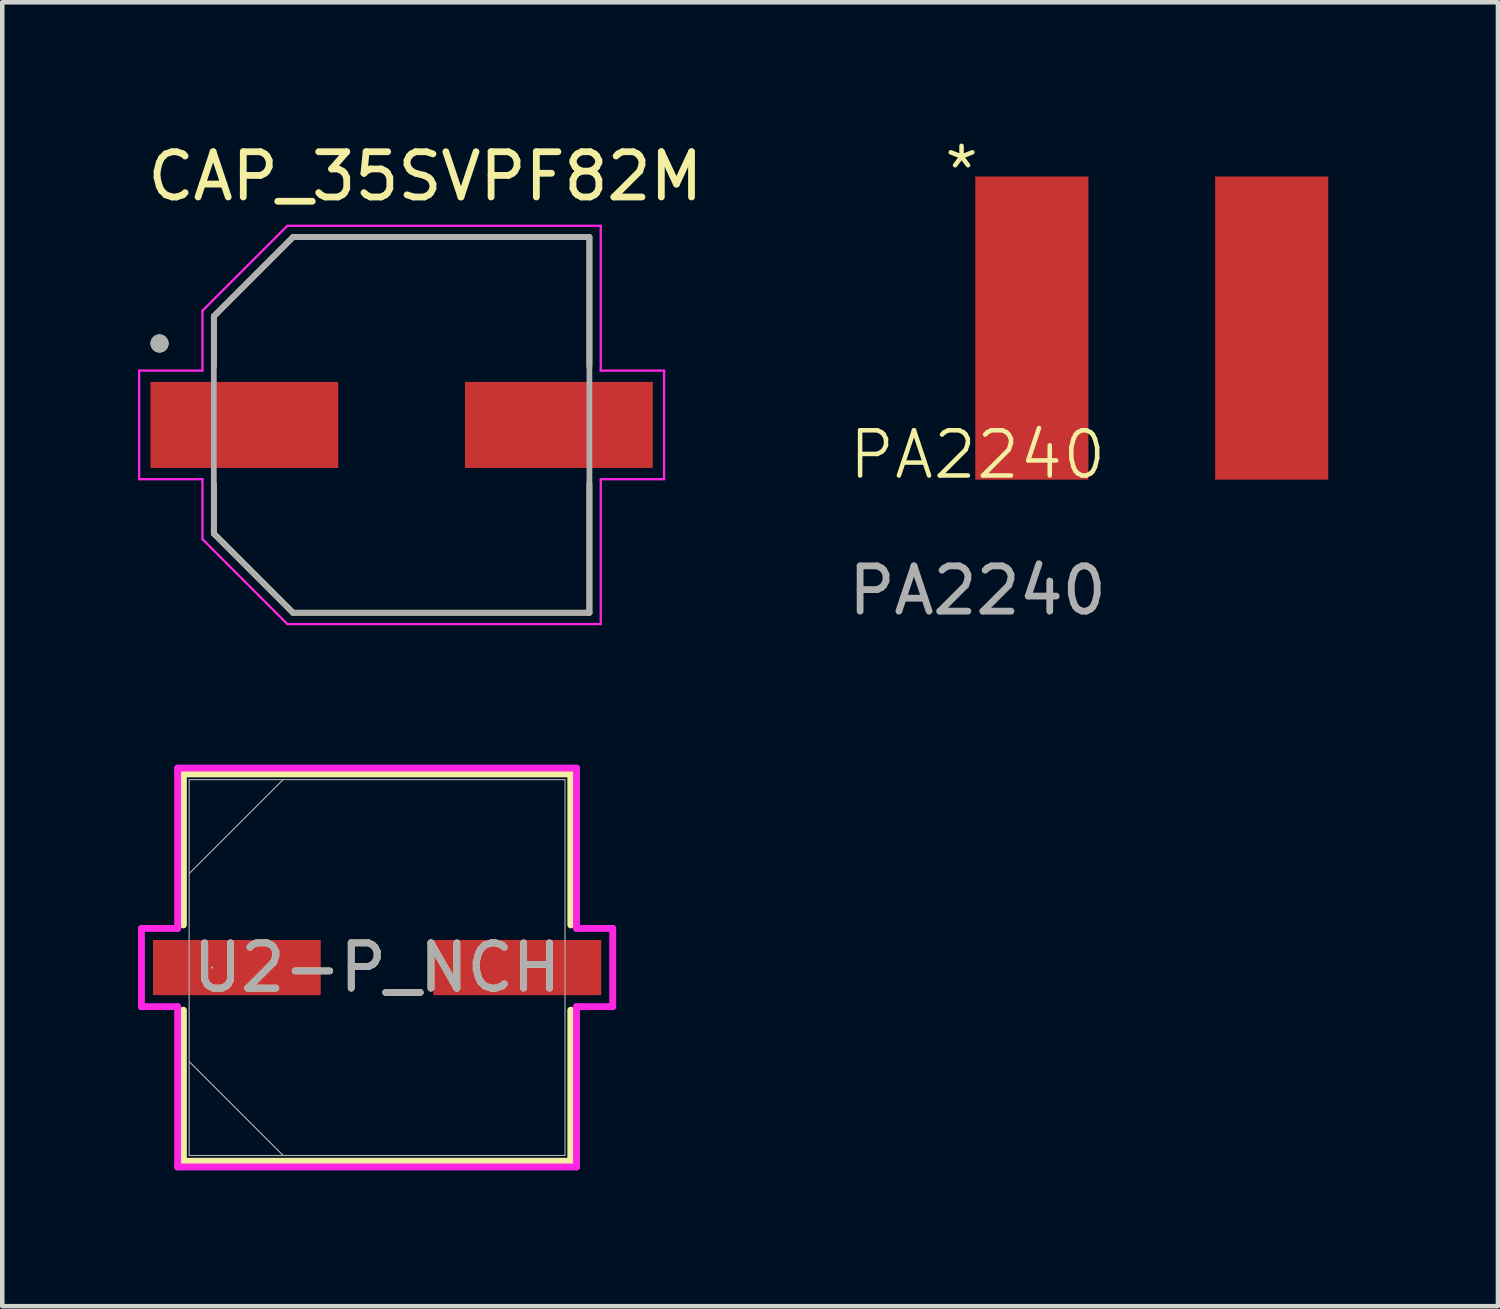
<source format=kicad_pcb>
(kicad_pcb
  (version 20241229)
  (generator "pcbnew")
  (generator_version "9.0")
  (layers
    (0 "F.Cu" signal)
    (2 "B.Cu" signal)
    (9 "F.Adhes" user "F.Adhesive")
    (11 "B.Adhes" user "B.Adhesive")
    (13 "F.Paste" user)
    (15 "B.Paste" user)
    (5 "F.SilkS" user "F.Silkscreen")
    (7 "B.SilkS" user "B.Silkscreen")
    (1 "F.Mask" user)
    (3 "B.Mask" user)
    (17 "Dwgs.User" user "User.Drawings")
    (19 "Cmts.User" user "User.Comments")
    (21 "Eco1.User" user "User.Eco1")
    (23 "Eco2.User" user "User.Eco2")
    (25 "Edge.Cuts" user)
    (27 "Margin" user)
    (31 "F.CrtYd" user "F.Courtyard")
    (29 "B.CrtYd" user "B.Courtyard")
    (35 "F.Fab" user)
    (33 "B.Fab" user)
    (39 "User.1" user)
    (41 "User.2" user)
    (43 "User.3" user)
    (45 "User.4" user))
  (footprint "PA2240"
    (layer "F.Cu")
    (at 18.552 7.5)
    (property "Reference" "PA2240" (at 0 -0.5 0) (unlocked yes) (layer "F.SilkS") (effects (font (size 1 1) (thickness 0.1))))
    (attr smd)
    (fp_text user "*" (at -0.8 -6.2 0) (unlocked yes) (layer "F.SilkS") (effects (font (size 1 1) (thickness 0.1)) (justify left bottom)))
    (fp_text user "${REFERENCE}" (at 0 2.5 0) (unlocked yes) (layer "F.Fab") (effects (font (size 1 1) (thickness 0.15))))
    (pad "1" smd rect (at 1.2 -3.3) (size 2.5 6.7) (layers "F.Cu" "F.Mask" "F.Paste"))
    (pad "2" smd rect (at 6.5 -3.3) (size 2.5 6.7) (layers "F.Cu" "F.Mask" "F.Paste"))
    (zone (net_name "") (layer "F.Cu") (hatch edge 0.5) (connect_pads) (min_thickness 0.25) (filled_areas_thickness no) (keepout (tracks not_allowed) (vias not_allowed) (pads not_allowed) (copperpour allowed) (footprints allowed)) (placement (enabled no)) (fill) (polygon (pts (xy 17.802 0) (xy 17.802 8.25) (xy 27.052 8.25) (xy 27.052 0)))))
  (footprint "U2-P_NCH"
    (layer "F.Cu")
    (at 5.283 18.331)
    (property "Reference" "U2-P_NCH" (at 0 0 0) (unlocked yes) (layer "F.SilkS") (effects (font (size 1 1) (thickness 0.15))))
    (attr smd)
    (fp_line (start -4.28 -4.28) (end -4.28 -0.942) (stroke (width 0.152) (type solid)) (layer "F.SilkS"))
    (fp_line (start -4.28 0.942) (end -4.28 4.28) (stroke (width 0.152) (type solid)) (layer "F.SilkS"))
    (fp_line (start -4.28 4.28) (end 4.28 4.28) (stroke (width 0.152) (type solid)) (layer "F.SilkS"))
    (fp_line (start 4.28 -4.28) (end -4.28 -4.28) (stroke (width 0.152) (type solid)) (layer "F.SilkS"))
    (fp_line (start 4.28 -0.942) (end 4.28 -4.28) (stroke (width 0.152) (type solid)) (layer "F.SilkS"))
    (fp_line (start 4.28 4.28) (end 4.28 0.942) (stroke (width 0.152) (type solid)) (layer "F.SilkS"))
    (fp_line (start -5.207 -0.864) (end -4.407 -0.864) (stroke (width 0.152) (type solid)) (layer "F.CrtYd"))
    (fp_line (start -5.207 0.864) (end -5.207 -0.864) (stroke (width 0.152) (type solid)) (layer "F.CrtYd"))
    (fp_line (start -4.407 -4.407) (end 4.407 -4.407) (stroke (width 0.152) (type solid)) (layer "F.CrtYd"))
    (fp_line (start -4.407 -0.864) (end -4.407 -4.407) (stroke (width 0.152) (type solid)) (layer "F.CrtYd"))
    (fp_line (start -4.407 0.864) (end -5.207 0.864) (stroke (width 0.152) (type solid)) (layer "F.CrtYd"))
    (fp_line (start -4.407 4.407) (end -4.407 0.864) (stroke (width 0.152) (type solid)) (layer "F.CrtYd"))
    (fp_line (start 4.407 -4.407) (end 4.407 -0.864) (stroke (width 0.152) (type solid)) (layer "F.CrtYd"))
    (fp_line (start 4.407 -0.864) (end 5.207 -0.864) (stroke (width 0.152) (type solid)) (layer "F.CrtYd"))
    (fp_line (start 4.407 0.864) (end 4.407 4.407) (stroke (width 0.152) (type solid)) (layer "F.CrtYd"))
    (fp_line (start 4.407 4.407) (end -4.407 4.407) (stroke (width 0.152) (type solid)) (layer "F.CrtYd"))
    (fp_line (start 5.207 -0.864) (end 5.207 0.864) (stroke (width 0.152) (type solid)) (layer "F.CrtYd"))
    (fp_line (start 5.207 0.864) (end 4.407 0.864) (stroke (width 0.152) (type solid)) (layer "F.CrtYd"))
    (fp_line (start -4.153 -4.153) (end -4.153 4.153) (stroke (width 0.025) (type solid)) (layer "F.Fab"))
    (fp_line (start -4.153 -2.076) (end -2.076 -4.153) (stroke (width 0.025) (type solid)) (layer "F.Fab"))
    (fp_line (start -4.153 2.076) (end -2.076 4.153) (stroke (width 0.025) (type solid)) (layer "F.Fab"))
    (fp_line (start -4.153 4.153) (end 4.153 4.153) (stroke (width 0.025) (type solid)) (layer "F.Fab"))
    (fp_line (start 4.153 -4.153) (end -4.153 -4.153) (stroke (width 0.025) (type solid)) (layer "F.Fab"))
    (fp_line (start 4.153 4.153) (end 4.153 -4.153) (stroke (width 0.025) (type solid)) (layer "F.Fab"))
    (fp_circle (center -3.645 0) (end -3.645 0) (stroke (width 0.025) (type solid)) (fill no) (layer "F.Fab"))
    (fp_text user "${REFERENCE}" (at 0 0 0) (unlocked yes) (layer "F.Fab") (effects (font (size 1 1) (thickness 0.15))))
    (pad "1" smd rect (at -3.099 0) (size 3.708 1.219) (layers "F.Cu" "F.Mask" "F.Paste"))
    (pad "2" smd rect (at 3.099 0) (size 3.708 1.219) (layers "F.Cu" "F.Mask" "F.Paste"))
    (zone (net_name "") (layer "F.Cu") (hatch full 0.508) (connect_pads) (min_thickness 0.254) (filled_areas_thickness no) (keepout (tracks not_allowed) (vias not_allowed) (pads allowed) (copperpour not_allowed) (footprints allowed)) (placement (enabled no)) (fill) (polygon (pts (xy 1.181 14.229) (xy 9.385 14.229) (xy 9.385 17.671) (xy 1.181 17.671))))
    (zone (net_name "") (layer "F.Cu") (hatch full 0.508) (connect_pads) (min_thickness 0.254) (filled_areas_thickness no) (keepout (tracks not_allowed) (vias not_allowed) (pads allowed) (copperpour not_allowed) (footprints allowed)) (placement (enabled no)) (fill) (polygon (pts (xy 1.181 18.992) (xy 9.385 18.992) (xy 9.385 22.433) (xy 1.181 22.433))))
    (zone (net_name "") (layer "F.Cu") (hatch full 0.508) (connect_pads) (min_thickness 0.254) (filled_areas_thickness no) (keepout (tracks not_allowed) (vias not_allowed) (pads allowed) (copperpour not_allowed) (footprints allowed)) (placement (enabled no)) (fill) (polygon (pts (xy 4.089 17.671) (xy 6.477 17.671) (xy 6.477 18.992) (xy 4.089 18.992)))))
  (footprint "CAP_35SVPF82M"
    (layer "F.Cu")
    (at 5.825 6.34)
    (property "Reference" "CAP_35SVPF82M" (at 0.525 -5.492 0) (layer "F.SilkS") (effects (font (size 1 1) (thickness 0.15))))
    (attr smd)
    (fp_line (start -4.15 -2.4) (end -2.4 -4.15) (stroke (width 0.127) (type solid)) (layer "F.SilkS"))
    (fp_line (start -4.15 -1.3) (end -4.15 -2.4) (stroke (width 0.127) (type solid)) (layer "F.SilkS"))
    (fp_line (start -4.15 1.3) (end -4.15 2.4) (stroke (width 0.127) (type solid)) (layer "F.SilkS"))
    (fp_line (start -4.15 2.4) (end -2.4 4.15) (stroke (width 0.127) (type solid)) (layer "F.SilkS"))
    (fp_line (start -2.4 -4.15) (end 4.15 -4.15) (stroke (width 0.127) (type solid)) (layer "F.SilkS"))
    (fp_line (start -2.4 4.15) (end 4.15 4.15) (stroke (width 0.127) (type solid)) (layer "F.SilkS"))
    (fp_line (start 4.15 -4.15) (end 4.15 -1.3) (stroke (width 0.127) (type solid)) (layer "F.SilkS"))
    (fp_line (start 4.15 4.15) (end 4.15 1.3) (stroke (width 0.127) (type solid)) (layer "F.SilkS"))
    (fp_circle (center -5.35 -1.8) (end -5.25 -1.8) (stroke (width 0.2) (type solid)) (fill no) (layer "F.SilkS"))
    (fp_line (start -5.8 -1.2) (end -4.4 -1.2) (stroke (width 0.05) (type solid)) (layer "F.CrtYd"))
    (fp_line (start -5.8 1.2) (end -5.8 -1.2) (stroke (width 0.05) (type solid)) (layer "F.CrtYd"))
    (fp_line (start -4.4 -2.525) (end -2.525 -4.4) (stroke (width 0.05) (type solid)) (layer "F.CrtYd"))
    (fp_line (start -4.4 -1.2) (end -4.4 -2.525) (stroke (width 0.05) (type solid)) (layer "F.CrtYd"))
    (fp_line (start -4.4 1.2) (end -5.8 1.2) (stroke (width 0.05) (type solid)) (layer "F.CrtYd"))
    (fp_line (start -4.4 2.525) (end -4.4 1.2) (stroke (width 0.05) (type solid)) (layer "F.CrtYd"))
    (fp_line (start -2.525 -4.4) (end 4.4 -4.4) (stroke (width 0.05) (type solid)) (layer "F.CrtYd"))
    (fp_line (start -2.525 4.4) (end -4.4 2.525) (stroke (width 0.05) (type solid)) (layer "F.CrtYd"))
    (fp_line (start 4.4 -4.4) (end 4.4 -1.2) (stroke (width 0.05) (type solid)) (layer "F.CrtYd"))
    (fp_line (start 4.4 -1.2) (end 5.8 -1.2) (stroke (width 0.05) (type solid)) (layer "F.CrtYd"))
    (fp_line (start 4.4 1.2) (end 4.4 4.4) (stroke (width 0.05) (type solid)) (layer "F.CrtYd"))
    (fp_line (start 4.4 4.4) (end -2.525 4.4) (stroke (width 0.05) (type solid)) (layer "F.CrtYd"))
    (fp_line (start 5.8 -1.2) (end 5.8 1.2) (stroke (width 0.05) (type solid)) (layer "F.CrtYd"))
    (fp_line (start 5.8 1.2) (end 4.4 1.2) (stroke (width 0.05) (type solid)) (layer "F.CrtYd"))
    (fp_line (start -4.15 -2.4) (end -2.4 -4.15) (stroke (width 0.127) (type solid)) (layer "F.Fab"))
    (fp_line (start -4.15 2.4) (end -4.15 -2.4) (stroke (width 0.127) (type solid)) (layer "F.Fab"))
    (fp_line (start -2.4 -4.15) (end 4.15 -4.15) (stroke (width 0.127) (type solid)) (layer "F.Fab"))
    (fp_line (start -2.4 4.15) (end -4.15 2.4) (stroke (width 0.127) (type solid)) (layer "F.Fab"))
    (fp_line (start 4.15 -4.15) (end 4.15 4.15) (stroke (width 0.127) (type solid)) (layer "F.Fab"))
    (fp_line (start 4.15 4.15) (end -2.4 4.15) (stroke (width 0.127) (type solid)) (layer "F.Fab"))
    (fp_circle (center -5.35 -1.8) (end -5.25 -1.8) (stroke (width 0.2) (type solid)) (fill no) (layer "F.Fab"))
    (pad "1" smd rect (at -3.475 0) (size 4.15 1.9) (layers "F.Cu" "F.Mask" "F.Paste"))
    (pad "2" smd rect (at 3.475 0) (size 4.15 1.9) (layers "F.Cu" "F.Mask" "F.Paste")))
  (gr_rect
    (start -3 -3)
    (end 30.052 25.814)
    (stroke (width 0.1) (type default))
    (fill no)
    (layer "Edge.Cuts")))
</source>
